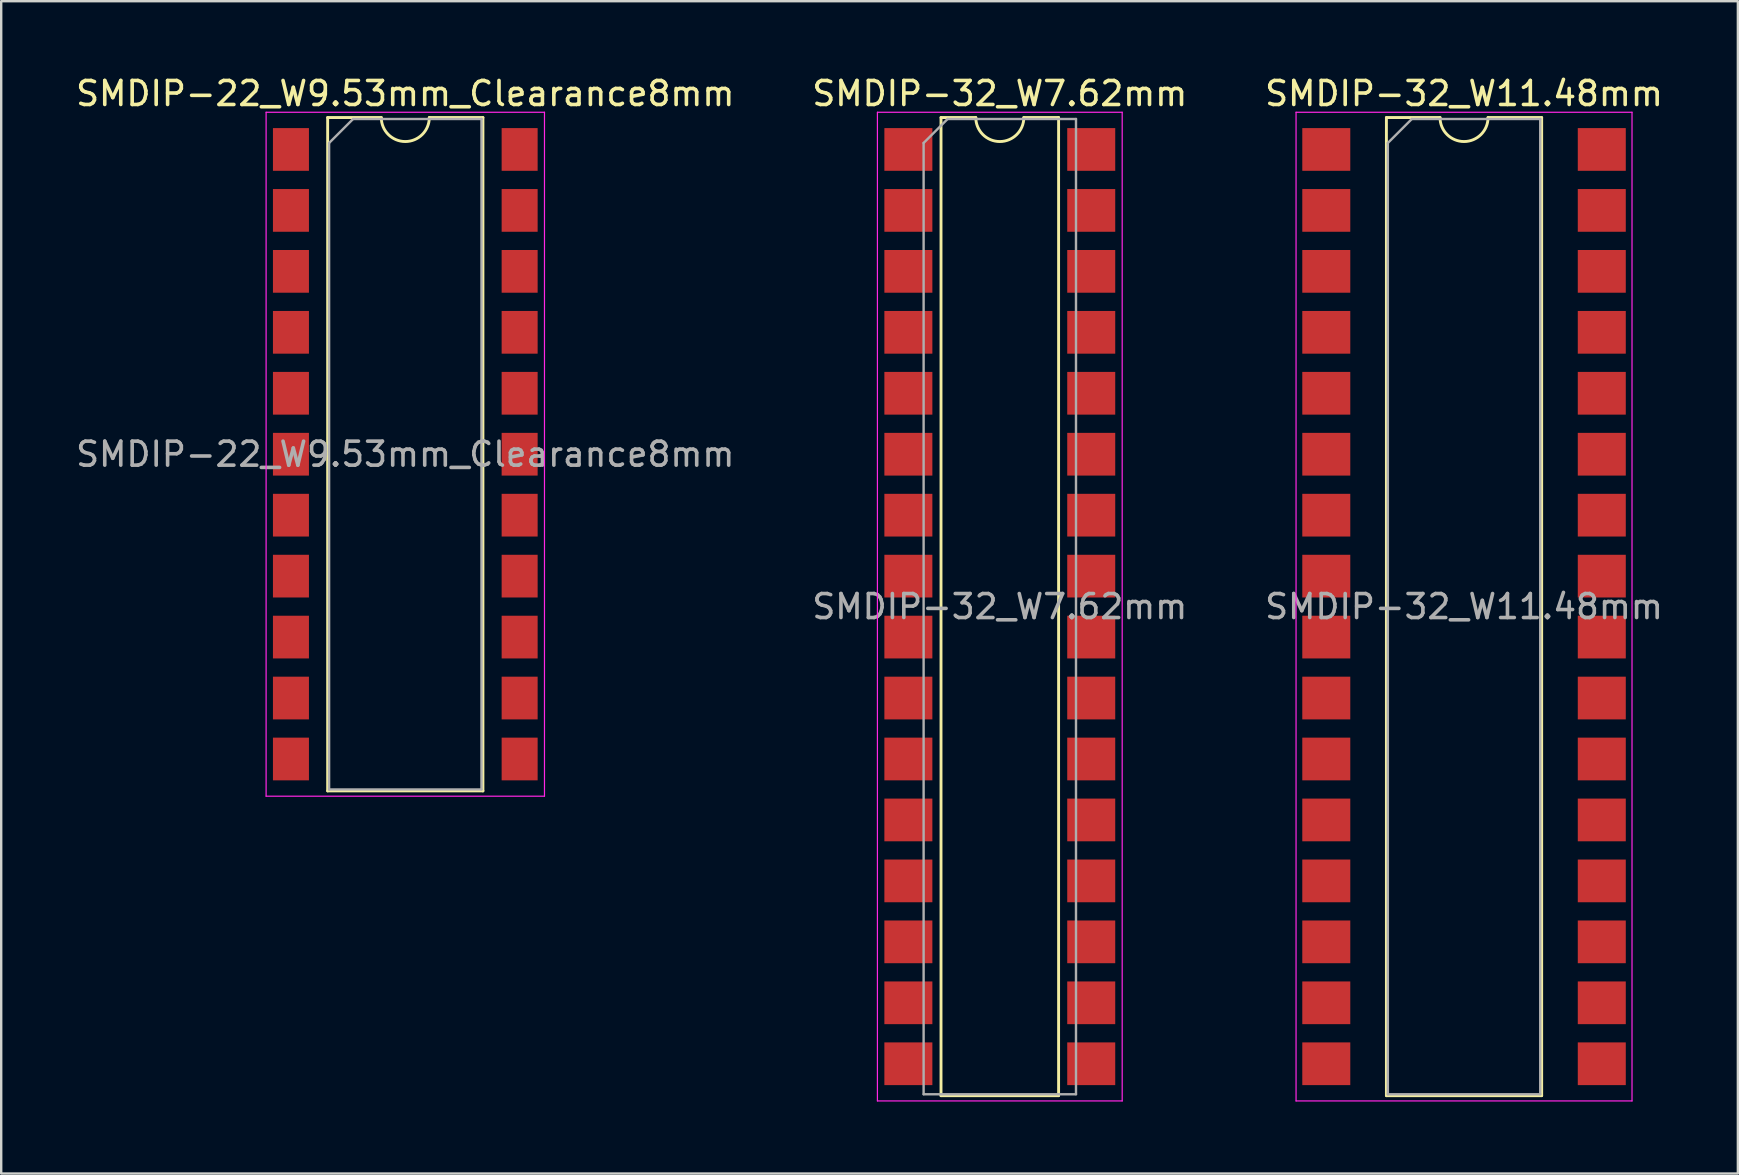
<source format=kicad_pcb>
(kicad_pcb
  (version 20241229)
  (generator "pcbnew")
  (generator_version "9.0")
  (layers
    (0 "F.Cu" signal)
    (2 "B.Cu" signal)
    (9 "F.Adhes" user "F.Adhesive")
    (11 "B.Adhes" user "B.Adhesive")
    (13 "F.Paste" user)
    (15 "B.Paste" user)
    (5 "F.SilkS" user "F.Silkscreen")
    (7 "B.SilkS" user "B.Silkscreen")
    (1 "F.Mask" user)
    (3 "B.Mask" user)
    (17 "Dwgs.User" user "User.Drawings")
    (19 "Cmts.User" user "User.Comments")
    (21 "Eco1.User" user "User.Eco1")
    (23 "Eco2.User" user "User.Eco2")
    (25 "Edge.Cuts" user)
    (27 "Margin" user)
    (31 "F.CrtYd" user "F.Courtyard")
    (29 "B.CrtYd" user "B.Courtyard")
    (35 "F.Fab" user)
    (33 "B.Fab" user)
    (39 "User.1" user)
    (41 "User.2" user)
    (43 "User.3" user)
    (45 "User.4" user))
  (footprint "SMDIP-32_W7.62mm"
    (layer "F.Cu")
    (at 38.613 22.228)
    (property "Reference" "SMDIP-32_W7.62mm" (at 0 -21.38 0) (layer "F.SilkS") (effects (font (size 1 1) (thickness 0.15))))
    (attr smd)
    (fp_line (start -2.45 -20.38) (end -2.45 20.38) (stroke (width 0.12) (type solid)) (layer "F.SilkS"))
    (fp_line (start -2.45 20.38) (end 2.45 20.38) (stroke (width 0.12) (type solid)) (layer "F.SilkS"))
    (fp_line (start -1 -20.38) (end -2.45 -20.38) (stroke (width 0.12) (type solid)) (layer "F.SilkS"))
    (fp_line (start 2.45 -20.38) (end 1 -20.38) (stroke (width 0.12) (type solid)) (layer "F.SilkS"))
    (fp_line (start 2.45 20.38) (end 2.45 -20.38) (stroke (width 0.12) (type solid)) (layer "F.SilkS"))
    (fp_arc (start 1 -20.38) (mid 0 -19.38) (end -1 -20.38) (stroke (width 0.12) (type solid)) (layer "F.SilkS"))
    (fp_line (start -5.1 -20.6) (end -5.1 20.6) (stroke (width 0.05) (type solid)) (layer "F.CrtYd"))
    (fp_line (start -5.1 20.6) (end 5.1 20.6) (stroke (width 0.05) (type solid)) (layer "F.CrtYd"))
    (fp_line (start 5.1 -20.6) (end -5.1 -20.6) (stroke (width 0.05) (type solid)) (layer "F.CrtYd"))
    (fp_line (start 5.1 20.6) (end 5.1 -20.6) (stroke (width 0.05) (type solid)) (layer "F.CrtYd"))
    (fp_line (start -3.175 -19.32) (end -2.175 -20.32) (stroke (width 0.1) (type solid)) (layer "F.Fab"))
    (fp_line (start -3.175 20.32) (end -3.175 -19.32) (stroke (width 0.1) (type solid)) (layer "F.Fab"))
    (fp_line (start -2.175 -20.32) (end 3.175 -20.32) (stroke (width 0.1) (type solid)) (layer "F.Fab"))
    (fp_line (start 3.175 -20.32) (end 3.175 20.32) (stroke (width 0.1) (type solid)) (layer "F.Fab"))
    (fp_line (start 3.175 20.32) (end -3.175 20.32) (stroke (width 0.1) (type solid)) (layer "F.Fab"))
    (fp_text user "${REFERENCE}" (at 0 0 0) (layer "F.Fab") (effects (font (size 1 1) (thickness 0.15))))
    (pad "1" smd rect (at -3.81 -19.05) (size 2 1.78) (layers "F.Cu" "F.Mask" "F.Paste"))
    (pad "2" smd rect (at -3.81 -16.51) (size 2 1.78) (layers "F.Cu" "F.Mask" "F.Paste"))
    (pad "3" smd rect (at -3.81 -13.97) (size 2 1.78) (layers "F.Cu" "F.Mask" "F.Paste"))
    (pad "4" smd rect (at -3.81 -11.43) (size 2 1.78) (layers "F.Cu" "F.Mask" "F.Paste"))
    (pad "5" smd rect (at -3.81 -8.89) (size 2 1.78) (layers "F.Cu" "F.Mask" "F.Paste"))
    (pad "6" smd rect (at -3.81 -6.35) (size 2 1.78) (layers "F.Cu" "F.Mask" "F.Paste"))
    (pad "7" smd rect (at -3.81 -3.81) (size 2 1.78) (layers "F.Cu" "F.Mask" "F.Paste"))
    (pad "8" smd rect (at -3.81 -1.27) (size 2 1.78) (layers "F.Cu" "F.Mask" "F.Paste"))
    (pad "9" smd rect (at -3.81 1.27) (size 2 1.78) (layers "F.Cu" "F.Mask" "F.Paste"))
    (pad "10" smd rect (at -3.81 3.81) (size 2 1.78) (layers "F.Cu" "F.Mask" "F.Paste"))
    (pad "11" smd rect (at -3.81 6.35) (size 2 1.78) (layers "F.Cu" "F.Mask" "F.Paste"))
    (pad "12" smd rect (at -3.81 8.89) (size 2 1.78) (layers "F.Cu" "F.Mask" "F.Paste"))
    (pad "13" smd rect (at -3.81 11.43) (size 2 1.78) (layers "F.Cu" "F.Mask" "F.Paste"))
    (pad "14" smd rect (at -3.81 13.97) (size 2 1.78) (layers "F.Cu" "F.Mask" "F.Paste"))
    (pad "15" smd rect (at -3.81 16.51) (size 2 1.78) (layers "F.Cu" "F.Mask" "F.Paste"))
    (pad "16" smd rect (at -3.81 19.05) (size 2 1.78) (layers "F.Cu" "F.Mask" "F.Paste"))
    (pad "17" smd rect (at 3.81 19.05) (size 2 1.78) (layers "F.Cu" "F.Mask" "F.Paste"))
    (pad "18" smd rect (at 3.81 16.51) (size 2 1.78) (layers "F.Cu" "F.Mask" "F.Paste"))
    (pad "19" smd rect (at 3.81 13.97) (size 2 1.78) (layers "F.Cu" "F.Mask" "F.Paste"))
    (pad "20" smd rect (at 3.81 11.43) (size 2 1.78) (layers "F.Cu" "F.Mask" "F.Paste"))
    (pad "21" smd rect (at 3.81 8.89) (size 2 1.78) (layers "F.Cu" "F.Mask" "F.Paste"))
    (pad "22" smd rect (at 3.81 6.35) (size 2 1.78) (layers "F.Cu" "F.Mask" "F.Paste"))
    (pad "23" smd rect (at 3.81 3.81) (size 2 1.78) (layers "F.Cu" "F.Mask" "F.Paste"))
    (pad "24" smd rect (at 3.81 1.27) (size 2 1.78) (layers "F.Cu" "F.Mask" "F.Paste"))
    (pad "25" smd rect (at 3.81 -1.27) (size 2 1.78) (layers "F.Cu" "F.Mask" "F.Paste"))
    (pad "26" smd rect (at 3.81 -3.81) (size 2 1.78) (layers "F.Cu" "F.Mask" "F.Paste"))
    (pad "27" smd rect (at 3.81 -6.35) (size 2 1.78) (layers "F.Cu" "F.Mask" "F.Paste"))
    (pad "28" smd rect (at 3.81 -8.89) (size 2 1.78) (layers "F.Cu" "F.Mask" "F.Paste"))
    (pad "29" smd rect (at 3.81 -11.43) (size 2 1.78) (layers "F.Cu" "F.Mask" "F.Paste"))
    (pad "30" smd rect (at 3.81 -13.97) (size 2 1.78) (layers "F.Cu" "F.Mask" "F.Paste"))
    (pad "31" smd rect (at 3.81 -16.51) (size 2 1.78) (layers "F.Cu" "F.Mask" "F.Paste"))
    (pad "32" smd rect (at 3.81 -19.05) (size 2 1.78) (layers "F.Cu" "F.Mask" "F.Paste")))
  (footprint "SMDIP-32_W11.48mm"
    (layer "F.Cu")
    (at 57.958 22.228)
    (property "Reference" "SMDIP-32_W11.48mm" (at 0 -21.38 0) (layer "F.SilkS") (effects (font (size 1 1) (thickness 0.15))))
    (attr smd)
    (fp_line (start -3.235 -20.38) (end -3.235 20.38) (stroke (width 0.12) (type solid)) (layer "F.SilkS"))
    (fp_line (start -3.235 20.38) (end 3.235 20.38) (stroke (width 0.12) (type solid)) (layer "F.SilkS"))
    (fp_line (start -1 -20.38) (end -3.235 -20.38) (stroke (width 0.12) (type solid)) (layer "F.SilkS"))
    (fp_line (start 3.235 -20.38) (end 1 -20.38) (stroke (width 0.12) (type solid)) (layer "F.SilkS"))
    (fp_line (start 3.235 20.38) (end 3.235 -20.38) (stroke (width 0.12) (type solid)) (layer "F.SilkS"))
    (fp_arc (start 1 -20.38) (mid 0 -19.38) (end -1 -20.38) (stroke (width 0.12) (type solid)) (layer "F.SilkS"))
    (fp_line (start -7 -20.6) (end -7 20.6) (stroke (width 0.05) (type solid)) (layer "F.CrtYd"))
    (fp_line (start -7 20.6) (end 7 20.6) (stroke (width 0.05) (type solid)) (layer "F.CrtYd"))
    (fp_line (start 7 -20.6) (end -7 -20.6) (stroke (width 0.05) (type solid)) (layer "F.CrtYd"))
    (fp_line (start 7 20.6) (end 7 -20.6) (stroke (width 0.05) (type solid)) (layer "F.CrtYd"))
    (fp_line (start -3.175 -19.32) (end -2.175 -20.32) (stroke (width 0.1) (type solid)) (layer "F.Fab"))
    (fp_line (start -3.175 20.32) (end -3.175 -19.32) (stroke (width 0.1) (type solid)) (layer "F.Fab"))
    (fp_line (start -2.175 -20.32) (end 3.175 -20.32) (stroke (width 0.1) (type solid)) (layer "F.Fab"))
    (fp_line (start 3.175 -20.32) (end 3.175 20.32) (stroke (width 0.1) (type solid)) (layer "F.Fab"))
    (fp_line (start 3.175 20.32) (end -3.175 20.32) (stroke (width 0.1) (type solid)) (layer "F.Fab"))
    (fp_text user "${REFERENCE}" (at 0 0 0) (layer "F.Fab") (effects (font (size 1 1) (thickness 0.15))))
    (pad "1" smd rect (at -5.74 -19.05) (size 2 1.78) (layers "F.Cu" "F.Mask" "F.Paste"))
    (pad "2" smd rect (at -5.74 -16.51) (size 2 1.78) (layers "F.Cu" "F.Mask" "F.Paste"))
    (pad "3" smd rect (at -5.74 -13.97) (size 2 1.78) (layers "F.Cu" "F.Mask" "F.Paste"))
    (pad "4" smd rect (at -5.74 -11.43) (size 2 1.78) (layers "F.Cu" "F.Mask" "F.Paste"))
    (pad "5" smd rect (at -5.74 -8.89) (size 2 1.78) (layers "F.Cu" "F.Mask" "F.Paste"))
    (pad "6" smd rect (at -5.74 -6.35) (size 2 1.78) (layers "F.Cu" "F.Mask" "F.Paste"))
    (pad "7" smd rect (at -5.74 -3.81) (size 2 1.78) (layers "F.Cu" "F.Mask" "F.Paste"))
    (pad "8" smd rect (at -5.74 -1.27) (size 2 1.78) (layers "F.Cu" "F.Mask" "F.Paste"))
    (pad "9" smd rect (at -5.74 1.27) (size 2 1.78) (layers "F.Cu" "F.Mask" "F.Paste"))
    (pad "10" smd rect (at -5.74 3.81) (size 2 1.78) (layers "F.Cu" "F.Mask" "F.Paste"))
    (pad "11" smd rect (at -5.74 6.35) (size 2 1.78) (layers "F.Cu" "F.Mask" "F.Paste"))
    (pad "12" smd rect (at -5.74 8.89) (size 2 1.78) (layers "F.Cu" "F.Mask" "F.Paste"))
    (pad "13" smd rect (at -5.74 11.43) (size 2 1.78) (layers "F.Cu" "F.Mask" "F.Paste"))
    (pad "14" smd rect (at -5.74 13.97) (size 2 1.78) (layers "F.Cu" "F.Mask" "F.Paste"))
    (pad "15" smd rect (at -5.74 16.51) (size 2 1.78) (layers "F.Cu" "F.Mask" "F.Paste"))
    (pad "16" smd rect (at -5.74 19.05) (size 2 1.78) (layers "F.Cu" "F.Mask" "F.Paste"))
    (pad "17" smd rect (at 5.74 19.05) (size 2 1.78) (layers "F.Cu" "F.Mask" "F.Paste"))
    (pad "18" smd rect (at 5.74 16.51) (size 2 1.78) (layers "F.Cu" "F.Mask" "F.Paste"))
    (pad "19" smd rect (at 5.74 13.97) (size 2 1.78) (layers "F.Cu" "F.Mask" "F.Paste"))
    (pad "20" smd rect (at 5.74 11.43) (size 2 1.78) (layers "F.Cu" "F.Mask" "F.Paste"))
    (pad "21" smd rect (at 5.74 8.89) (size 2 1.78) (layers "F.Cu" "F.Mask" "F.Paste"))
    (pad "22" smd rect (at 5.74 6.35) (size 2 1.78) (layers "F.Cu" "F.Mask" "F.Paste"))
    (pad "23" smd rect (at 5.74 3.81) (size 2 1.78) (layers "F.Cu" "F.Mask" "F.Paste"))
    (pad "24" smd rect (at 5.74 1.27) (size 2 1.78) (layers "F.Cu" "F.Mask" "F.Paste"))
    (pad "25" smd rect (at 5.74 -1.27) (size 2 1.78) (layers "F.Cu" "F.Mask" "F.Paste"))
    (pad "26" smd rect (at 5.74 -3.81) (size 2 1.78) (layers "F.Cu" "F.Mask" "F.Paste"))
    (pad "27" smd rect (at 5.74 -6.35) (size 2 1.78) (layers "F.Cu" "F.Mask" "F.Paste"))
    (pad "28" smd rect (at 5.74 -8.89) (size 2 1.78) (layers "F.Cu" "F.Mask" "F.Paste"))
    (pad "29" smd rect (at 5.74 -11.43) (size 2 1.78) (layers "F.Cu" "F.Mask" "F.Paste"))
    (pad "30" smd rect (at 5.74 -13.97) (size 2 1.78) (layers "F.Cu" "F.Mask" "F.Paste"))
    (pad "31" smd rect (at 5.74 -16.51) (size 2 1.78) (layers "F.Cu" "F.Mask" "F.Paste"))
    (pad "32" smd rect (at 5.74 -19.05) (size 2 1.78) (layers "F.Cu" "F.Mask" "F.Paste")))
  (footprint "SMDIP-22_W9.53mm_Clearance8mm"
    (layer "F.Cu")
    (at 13.839 15.878)
    (property "Reference" "SMDIP-22_W9.53mm_Clearance8mm" (at 0 -15.03 0) (layer "F.SilkS") (effects (font (size 1 1) (thickness 0.15))))
    (attr smd)
    (fp_line (start -3.235 -14.03) (end -3.235 14.03) (stroke (width 0.12) (type solid)) (layer "F.SilkS"))
    (fp_line (start -3.235 14.03) (end 3.235 14.03) (stroke (width 0.12) (type solid)) (layer "F.SilkS"))
    (fp_line (start -1 -14.03) (end -3.235 -14.03) (stroke (width 0.12) (type solid)) (layer "F.SilkS"))
    (fp_line (start 3.235 -14.03) (end 1 -14.03) (stroke (width 0.12) (type solid)) (layer "F.SilkS"))
    (fp_line (start 3.235 14.03) (end 3.235 -14.03) (stroke (width 0.12) (type solid)) (layer "F.SilkS"))
    (fp_arc (start 1 -14.03) (mid 0 -13.03) (end -1 -14.03) (stroke (width 0.12) (type solid)) (layer "F.SilkS"))
    (fp_line (start -5.8 -14.25) (end -5.8 14.25) (stroke (width 0.05) (type solid)) (layer "F.CrtYd"))
    (fp_line (start -5.8 14.25) (end 5.8 14.25) (stroke (width 0.05) (type solid)) (layer "F.CrtYd"))
    (fp_line (start 5.8 -14.25) (end -5.8 -14.25) (stroke (width 0.05) (type solid)) (layer "F.CrtYd"))
    (fp_line (start 5.8 14.25) (end 5.8 -14.25) (stroke (width 0.05) (type solid)) (layer "F.CrtYd"))
    (fp_line (start -3.175 -12.97) (end -2.175 -13.97) (stroke (width 0.1) (type solid)) (layer "F.Fab"))
    (fp_line (start -3.175 13.97) (end -3.175 -12.97) (stroke (width 0.1) (type solid)) (layer "F.Fab"))
    (fp_line (start -2.175 -13.97) (end 3.175 -13.97) (stroke (width 0.1) (type solid)) (layer "F.Fab"))
    (fp_line (start 3.175 -13.97) (end 3.175 13.97) (stroke (width 0.1) (type solid)) (layer "F.Fab"))
    (fp_line (start 3.175 13.97) (end -3.175 13.97) (stroke (width 0.1) (type solid)) (layer "F.Fab"))
    (fp_text user "${REFERENCE}" (at 0 0 0) (layer "F.Fab") (effects (font (size 1 1) (thickness 0.15))))
    (pad "1" smd rect (at -4.765 -12.7) (size 1.5 1.78) (layers "F.Cu" "F.Mask" "F.Paste"))
    (pad "2" smd rect (at -4.765 -10.16) (size 1.5 1.78) (layers "F.Cu" "F.Mask" "F.Paste"))
    (pad "3" smd rect (at -4.765 -7.62) (size 1.5 1.78) (layers "F.Cu" "F.Mask" "F.Paste"))
    (pad "4" smd rect (at -4.765 -5.08) (size 1.5 1.78) (layers "F.Cu" "F.Mask" "F.Paste"))
    (pad "5" smd rect (at -4.765 -2.54) (size 1.5 1.78) (layers "F.Cu" "F.Mask" "F.Paste"))
    (pad "6" smd rect (at -4.765 0) (size 1.5 1.78) (layers "F.Cu" "F.Mask" "F.Paste"))
    (pad "7" smd rect (at -4.765 2.54) (size 1.5 1.78) (layers "F.Cu" "F.Mask" "F.Paste"))
    (pad "8" smd rect (at -4.765 5.08) (size 1.5 1.78) (layers "F.Cu" "F.Mask" "F.Paste"))
    (pad "9" smd rect (at -4.765 7.62) (size 1.5 1.78) (layers "F.Cu" "F.Mask" "F.Paste"))
    (pad "10" smd rect (at -4.765 10.16) (size 1.5 1.78) (layers "F.Cu" "F.Mask" "F.Paste"))
    (pad "11" smd rect (at -4.765 12.7) (size 1.5 1.78) (layers "F.Cu" "F.Mask" "F.Paste"))
    (pad "12" smd rect (at 4.765 12.7) (size 1.5 1.78) (layers "F.Cu" "F.Mask" "F.Paste"))
    (pad "13" smd rect (at 4.765 10.16) (size 1.5 1.78) (layers "F.Cu" "F.Mask" "F.Paste"))
    (pad "14" smd rect (at 4.765 7.62) (size 1.5 1.78) (layers "F.Cu" "F.Mask" "F.Paste"))
    (pad "15" smd rect (at 4.765 5.08) (size 1.5 1.78) (layers "F.Cu" "F.Mask" "F.Paste"))
    (pad "16" smd rect (at 4.765 2.54) (size 1.5 1.78) (layers "F.Cu" "F.Mask" "F.Paste"))
    (pad "17" smd rect (at 4.765 0) (size 1.5 1.78) (layers "F.Cu" "F.Mask" "F.Paste"))
    (pad "18" smd rect (at 4.765 -2.54) (size 1.5 1.78) (layers "F.Cu" "F.Mask" "F.Paste"))
    (pad "19" smd rect (at 4.765 -5.08) (size 1.5 1.78) (layers "F.Cu" "F.Mask" "F.Paste"))
    (pad "20" smd rect (at 4.765 -7.62) (size 1.5 1.78) (layers "F.Cu" "F.Mask" "F.Paste"))
    (pad "21" smd rect (at 4.765 -10.16) (size 1.5 1.78) (layers "F.Cu" "F.Mask" "F.Paste"))
    (pad "22" smd rect (at 4.765 -12.7) (size 1.5 1.78) (layers "F.Cu" "F.Mask" "F.Paste")))
  (gr_rect
    (start -3 -3)
    (end 69.369 45.853)
    (stroke (width 0.1) (type default))
    (fill no)
    (layer "Edge.Cuts")))
</source>
